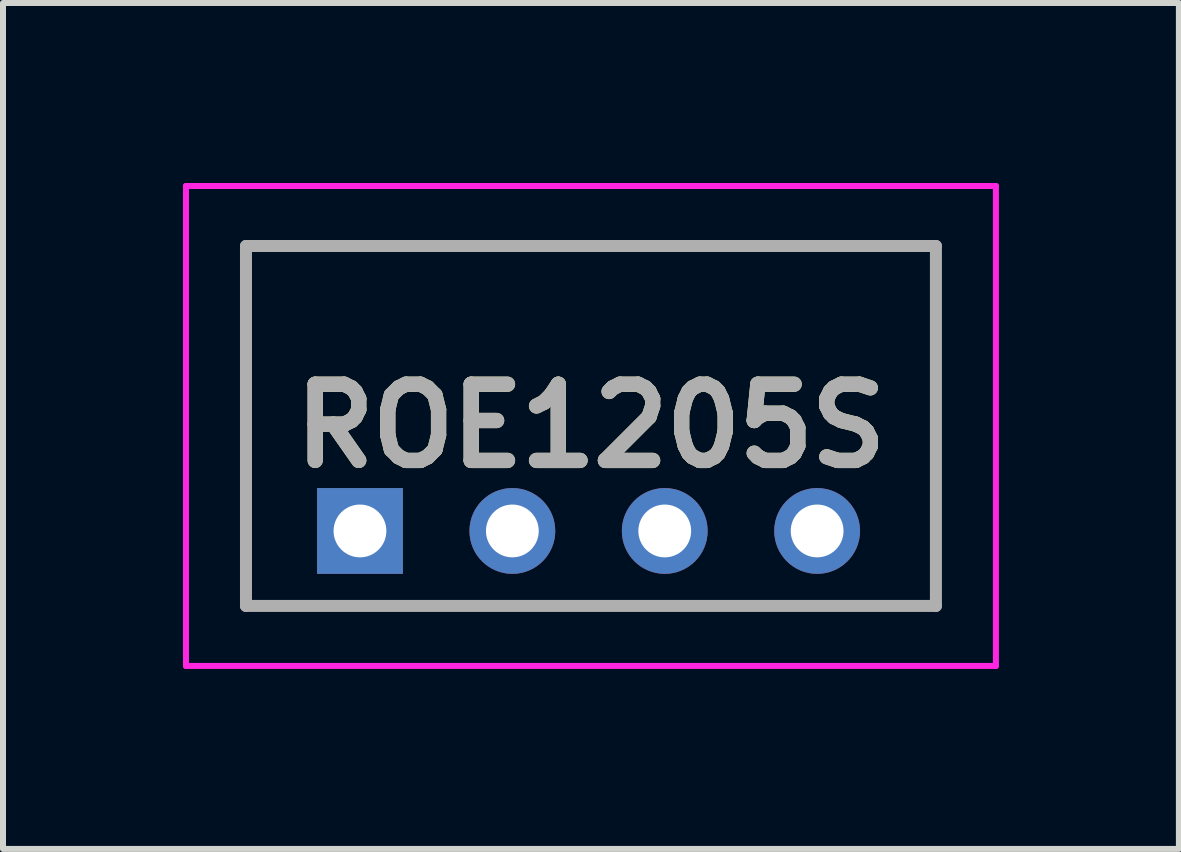
<source format=kicad_pcb>
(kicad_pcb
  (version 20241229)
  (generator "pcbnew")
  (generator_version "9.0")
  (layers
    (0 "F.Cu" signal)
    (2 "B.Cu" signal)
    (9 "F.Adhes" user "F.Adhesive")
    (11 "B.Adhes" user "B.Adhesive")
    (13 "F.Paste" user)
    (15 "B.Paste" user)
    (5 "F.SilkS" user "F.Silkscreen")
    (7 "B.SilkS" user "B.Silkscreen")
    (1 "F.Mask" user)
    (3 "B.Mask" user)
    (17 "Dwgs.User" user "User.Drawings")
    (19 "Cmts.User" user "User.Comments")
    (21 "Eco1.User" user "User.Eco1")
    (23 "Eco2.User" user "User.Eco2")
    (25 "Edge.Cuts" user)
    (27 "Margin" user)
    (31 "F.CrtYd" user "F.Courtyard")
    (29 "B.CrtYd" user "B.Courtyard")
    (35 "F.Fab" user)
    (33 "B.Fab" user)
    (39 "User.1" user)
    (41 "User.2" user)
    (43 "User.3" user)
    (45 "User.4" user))
  (footprint "ROE1205S"
    (layer "F.Cu")
    (at 2.95 5.8)
    (property "Reference" "ROE1205S" (at 3.85 -1.75 0) (layer "F.SilkS") (effects (font (size 1.27 1.27) (thickness 0.254))))
    (attr through_hole)
    (fp_line (start -1.9 -4.75) (end 9.6 -4.75) (stroke (width 0.1) (type solid)) (layer "F.SilkS"))
    (fp_line (start -1.9 1.25) (end -1.9 -4.75) (stroke (width 0.1) (type solid)) (layer "F.SilkS"))
    (fp_line (start 9.6 -4.75) (end 9.6 1.25) (stroke (width 0.1) (type solid)) (layer "F.SilkS"))
    (fp_line (start 9.6 1.25) (end -1.9 1.25) (stroke (width 0.1) (type solid)) (layer "F.SilkS"))
    (fp_line (start -2.9 -5.75) (end 10.6 -5.75) (stroke (width 0.1) (type solid)) (layer "F.CrtYd"))
    (fp_line (start -2.9 2.25) (end -2.9 -5.75) (stroke (width 0.1) (type solid)) (layer "F.CrtYd"))
    (fp_line (start 10.6 -5.75) (end 10.6 2.25) (stroke (width 0.1) (type solid)) (layer "F.CrtYd"))
    (fp_line (start 10.6 2.25) (end -2.9 2.25) (stroke (width 0.1) (type solid)) (layer "F.CrtYd"))
    (fp_line (start -1.9 -4.75) (end 9.6 -4.75) (stroke (width 0.2) (type solid)) (layer "F.Fab"))
    (fp_line (start -1.9 1.25) (end -1.9 -4.75) (stroke (width 0.2) (type solid)) (layer "F.Fab"))
    (fp_line (start 9.6 -4.75) (end 9.6 1.25) (stroke (width 0.2) (type solid)) (layer "F.Fab"))
    (fp_line (start 9.6 1.25) (end -1.9 1.25) (stroke (width 0.2) (type solid)) (layer "F.Fab"))
    (fp_text user "${REFERENCE}" (at 3.85 -1.75 0) (layer "F.Fab") (effects (font (size 1.27 1.27) (thickness 0.254))))
    (pad "1" thru_hole rect (at 0 0) (size 1.43 1.43) (drill 0.88) (layers "*.Cu" "*.Mask"))
    (pad "2" thru_hole circle (at 2.54 0) (size 1.43 1.43) (drill 0.88) (layers "*.Cu" "*.Mask"))
    (pad "3" thru_hole circle (at 5.08 0) (size 1.43 1.43) (drill 0.88) (layers "*.Cu" "*.Mask"))
    (pad "4" thru_hole circle (at 7.62 0) (size 1.43 1.43) (drill 0.88) (layers "*.Cu" "*.Mask")))
  (gr_rect
    (start -3 -3)
    (end 16.6 11.1)
    (stroke (width 0.1) (type default))
    (fill no)
    (layer "Edge.Cuts")))
</source>
